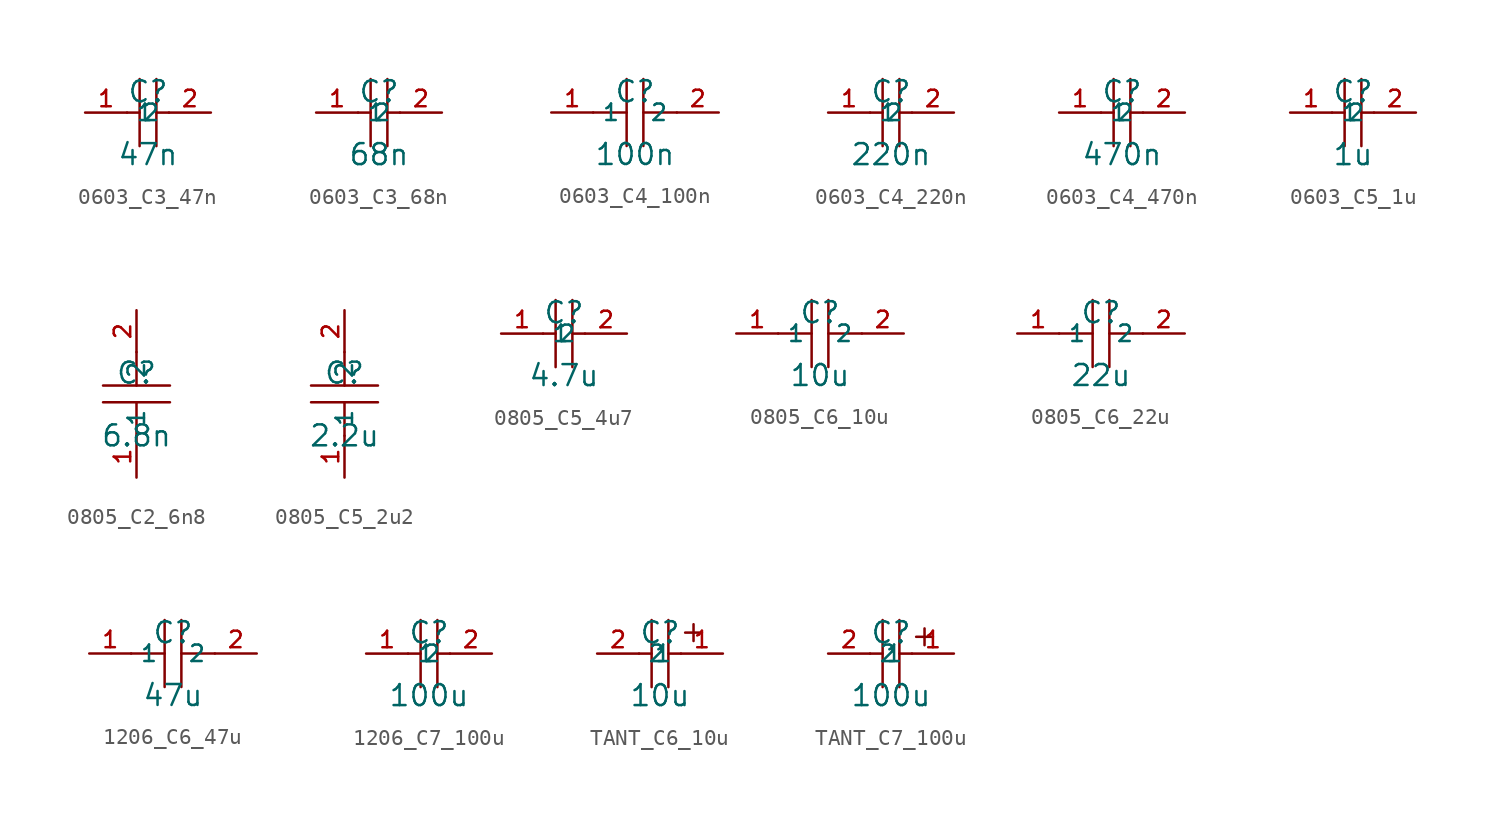
<source format=kicad_sym>
(kicad_symbol_lib
  (version 20241209)
  (generator "kicad_symbol_editor")
  (generator_version "9.0")
  (symbol "0603_C3_47n"
    (property "Reference" "C"
      (at 0 1.27 0)
      (effects (font (size 1.27 1.27))))
    (property "Value" "47n"
      (at 0 -2.54 0)
      (effects (font (size 1.27 1.27))))
    (symbol "0603_C3_47n_0_1"
      (polyline (pts (xy -1.27 0) (xy -0.508 0)) (stroke (width 0) (type default)) (fill (type none)))
      (polyline (pts (xy -0.508 2.032) (xy -0.508 -2.032)) (stroke (width 0) (type default)) (fill (type none)))
      (polyline (pts (xy 0.508 2.032) (xy 0.508 -2.032)) (stroke (width 0) (type default)) (fill (type none)))
      (polyline (pts (xy 0.508 0) (xy 1.27 0)) (stroke (width 0) (type default)) (fill (type none)))
      (pin passive line (at -3.81 0 0) (length 2.54) (name "1" (effects (font (size 1 1)))) (number "1" (effects (font (size 1 1)))))
      (pin passive line (at 3.81 0 180) (length 2.54) (name "2" (effects (font (size 1 1)))) (number "2" (effects (font (size 1 1)))))))
  (symbol "0603_C3_68n"
    (property "Reference" "C"
      (at 0 1.27 0)
      (effects (font (size 1.27 1.27))))
    (property "Value" "68n"
      (at 0 -2.54 0)
      (effects (font (size 1.27 1.27))))
    (symbol "0603_C3_68n_0_1"
      (polyline (pts (xy -1.27 0) (xy -0.508 0)) (stroke (width 0) (type default)) (fill (type none)))
      (polyline (pts (xy -0.508 2.032) (xy -0.508 -2.032)) (stroke (width 0) (type default)) (fill (type none)))
      (polyline (pts (xy 0.508 2.032) (xy 0.508 -2.032)) (stroke (width 0) (type default)) (fill (type none)))
      (polyline (pts (xy 0.508 0) (xy 1.27 0)) (stroke (width 0) (type default)) (fill (type none)))
      (pin input line (at -3.81 0 0) (length 2.54) (name "1" (effects (font (size 1 1)))) (number "1" (effects (font (size 1 1)))))
      (pin input line (at 3.81 0 180) (length 2.54) (name "2" (effects (font (size 1 1)))) (number "2" (effects (font (size 1 1)))))))
  (symbol "0603_C4_100n"
    (property "Reference" "C"
      (at 0 1.27 0)
      (effects (font (size 1.27 1.27))))
    (property "Value" "100n"
      (at 0 -2.54 0)
      (effects (font (size 1.27 1.27))))
    (symbol "0603_C4_100n_0_1"
      (polyline (pts (xy -0.508 0) (xy -2.54 0)) (stroke (width 0) (type default)) (fill (type none)))
      (polyline (pts (xy -0.508 -2.032) (xy -0.508 2.032)) (stroke (width 0) (type default)) (fill (type none)))
      (polyline (pts (xy 0.508 2.032) (xy 0.508 -2.032)) (stroke (width 0) (type default)) (fill (type none)))
      (polyline (pts (xy 2.54 0) (xy 0.508 0)) (stroke (width 0) (type default)) (fill (type none)))
      (pin unspecified line (at -5.08 0 0) (length 2.54) (name "1" (effects (font (size 1 1)))) (number "1" (effects (font (size 1 1)))))
      (pin unspecified line (at 5.08 0 180) (length 2.54) (name "2" (effects (font (size 1 1)))) (number "2" (effects (font (size 1 1)))))))
  (symbol "0603_C4_220n"
    (property "Reference" "C"
      (at 0 1.27 0)
      (effects (font (size 1.27 1.27))))
    (property "Value" "220n"
      (at 0 -2.54 0)
      (effects (font (size 1.27 1.27))))
    (symbol "0603_C4_220n_0_1"
      (polyline (pts (xy -1.27 0) (xy -0.508 0)) (stroke (width 0) (type default)) (fill (type none)))
      (polyline (pts (xy -0.508 2.032) (xy -0.508 -2.032)) (stroke (width 0) (type default)) (fill (type none)))
      (polyline (pts (xy 0.508 2.032) (xy 0.508 -2.032)) (stroke (width 0) (type default)) (fill (type none)))
      (polyline (pts (xy 0.508 0) (xy 1.27 0)) (stroke (width 0) (type default)) (fill (type none)))
      (pin passive line (at -3.81 0 0) (length 2.54) (name "1" (effects (font (size 1 1)))) (number "1" (effects (font (size 1 1)))))
      (pin passive line (at 3.81 0 180) (length 2.54) (name "2" (effects (font (size 1 1)))) (number "2" (effects (font (size 1 1)))))))
  (symbol "0603_C4_470n"
    (property "Reference" "C"
      (at 0 1.27 0)
      (effects (font (size 1.27 1.27))))
    (property "Value" "470n"
      (at 0 -2.54 0)
      (effects (font (size 1.27 1.27))))
    (symbol "0603_C4_470n_0_1"
      (polyline (pts (xy -1.27 0) (xy -0.508 0)) (stroke (width 0) (type default)) (fill (type none)))
      (polyline (pts (xy -0.508 2.032) (xy -0.508 -2.032)) (stroke (width 0) (type default)) (fill (type none)))
      (polyline (pts (xy 0.508 2.032) (xy 0.508 -2.032)) (stroke (width 0) (type default)) (fill (type none)))
      (polyline (pts (xy 0.508 0) (xy 1.27 0)) (stroke (width 0) (type default)) (fill (type none)))
      (pin passive line (at -3.81 0 0) (length 2.54) (name "1" (effects (font (size 1 1)))) (number "1" (effects (font (size 1 1)))))
      (pin passive line (at 3.81 0 180) (length 2.54) (name "2" (effects (font (size 1 1)))) (number "2" (effects (font (size 1 1)))))))
  (symbol "0603_C5_1u"
    (property "Reference" "C"
      (at 0 1.27 0)
      (effects (font (size 1.27 1.27))))
    (property "Value" "1u"
      (at 0 -2.54 0)
      (effects (font (size 1.27 1.27))))
    (symbol "0603_C5_1u_0_1"
      (polyline (pts (xy -1.27 0) (xy -0.508 0)) (stroke (width 0) (type default)) (fill (type none)))
      (polyline (pts (xy -0.508 2.032) (xy -0.508 -2.032)) (stroke (width 0) (type default)) (fill (type none)))
      (polyline (pts (xy 0.508 2.032) (xy 0.508 -2.032)) (stroke (width 0) (type default)) (fill (type none)))
      (polyline (pts (xy 0.508 0) (xy 1.27 0)) (stroke (width 0) (type default)) (fill (type none)))
      (pin passive line (at -3.81 0 0) (length 2.54) (name "1" (effects (font (size 1 1)))) (number "1" (effects (font (size 1 1)))))
      (pin passive line (at 3.81 0 180) (length 2.54) (name "2" (effects (font (size 1 1)))) (number "2" (effects (font (size 1 1)))))))
  (symbol "0805_C2_6n8"
    (property "Reference" "C"
      (at 0 1.27 0)
      (effects (font (size 1.27 1.27))))
    (property "Value" "6.8n"
      (at 0 -2.54 0)
      (effects (font (size 1.27 1.27))))
    (symbol "0805_C2_6n8_0_1"
      (polyline (pts (xy -2.032 0.508) (xy 2.032 0.508)) (stroke (width 0) (type default)) (fill (type none)))
      (polyline (pts (xy 0 2.54) (xy 0 0.508)) (stroke (width 0) (type default)) (fill (type none)))
      (polyline (pts (xy 0 -0.508) (xy 0 -2.54)) (stroke (width 0) (type default)) (fill (type none)))
      (polyline (pts (xy 2.032 -0.508) (xy -2.032 -0.508)) (stroke (width 0) (type default)) (fill (type none)))
      (pin passive line (at 0 5.08 270) (length 2.54) (name "2" (effects (font (size 1 1)))) (number "2" (effects (font (size 1 1)))))
      (pin passive line (at 0 -5.08 90) (length 2.54) (name "1" (effects (font (size 1 1)))) (number "1" (effects (font (size 1 1)))))))
  (symbol "0805_C5_2u2"
    (property "Reference" "C"
      (at 0 1.27 0)
      (effects (font (size 1.27 1.27))))
    (property "Value" "2.2u"
      (at 0 -2.54 0)
      (effects (font (size 1.27 1.27))))
    (symbol "0805_C5_2u2_0_1"
      (polyline (pts (xy -2.032 0.508) (xy 2.032 0.508)) (stroke (width 0) (type default)) (fill (type none)))
      (polyline (pts (xy 0 2.54) (xy 0 0.508)) (stroke (width 0) (type default)) (fill (type none)))
      (polyline (pts (xy 0 -0.508) (xy 0 -2.54)) (stroke (width 0) (type default)) (fill (type none)))
      (polyline (pts (xy 2.032 -0.508) (xy -2.032 -0.508)) (stroke (width 0) (type default)) (fill (type none)))
      (pin passive line (at 0 5.08 270) (length 2.54) (name "2" (effects (font (size 1 1)))) (number "2" (effects (font (size 1 1)))))
      (pin passive line (at 0 -5.08 90) (length 2.54) (name "1" (effects (font (size 1 1)))) (number "1" (effects (font (size 1 1)))))))
  (symbol "0805_C5_4u7"
    (property "Reference" "C"
      (at 0 1.27 0)
      (effects (font (size 1.27 1.27))))
    (property "Value" "4.7u"
      (at 0 -2.54 0)
      (effects (font (size 1.27 1.27))))
    (symbol "0805_C5_4u7_0_1"
      (polyline (pts (xy -1.27 0) (xy -0.508 0)) (stroke (width 0) (type default)) (fill (type none)))
      (polyline (pts (xy -0.508 2.032) (xy -0.508 -2.032)) (stroke (width 0) (type default)) (fill (type none)))
      (polyline (pts (xy 0.508 2.032) (xy 0.508 -2.032)) (stroke (width 0) (type default)) (fill (type none)))
      (polyline (pts (xy 0.508 0) (xy 1.27 0)) (stroke (width 0) (type default)) (fill (type none)))
      (pin passive line (at -3.81 0 0) (length 2.54) (name "1" (effects (font (size 1 1)))) (number "1" (effects (font (size 1 1)))))
      (pin passive line (at 3.81 0 180) (length 2.54) (name "2" (effects (font (size 1 1)))) (number "2" (effects (font (size 1 1)))))))
  (symbol "0805_C6_10u"
    (property "Reference" "C"
      (at 0 1.27 0)
      (effects (font (size 1.27 1.27))))
    (property "Value" "10u"
      (at 0 -2.54 0)
      (effects (font (size 1.27 1.27))))
    (symbol "0805_C6_10u_0_1"
      (polyline (pts (xy -0.508 0) (xy -2.54 0)) (stroke (width 0) (type default)) (fill (type none)))
      (polyline (pts (xy -0.508 -2.032) (xy -0.508 2.032)) (stroke (width 0) (type default)) (fill (type none)))
      (polyline (pts (xy 0.508 2.032) (xy 0.508 -2.032)) (stroke (width 0) (type default)) (fill (type none)))
      (polyline (pts (xy 2.54 0) (xy 0.508 0)) (stroke (width 0) (type default)) (fill (type none)))
      (pin passive line (at -5.08 0 0) (length 2.54) (name "1" (effects (font (size 1 1)))) (number "1" (effects (font (size 1 1)))))
      (pin passive line (at 5.08 0 180) (length 2.54) (name "2" (effects (font (size 1 1)))) (number "2" (effects (font (size 1 1)))))))
  (symbol "0805_C6_22u"
    (property "Reference" "C"
      (at 0 1.27 0)
      (effects (font (size 1.27 1.27))))
    (property "Value" "22u"
      (at 0 -2.54 0)
      (effects (font (size 1.27 1.27))))
    (symbol "0805_C6_22u_0_1"
      (polyline (pts (xy -0.508 0) (xy -2.54 0)) (stroke (width 0) (type default)) (fill (type none)))
      (polyline (pts (xy -0.508 -2.032) (xy -0.508 2.032)) (stroke (width 0) (type default)) (fill (type none)))
      (polyline (pts (xy 0.508 2.032) (xy 0.508 -2.032)) (stroke (width 0) (type default)) (fill (type none)))
      (polyline (pts (xy 2.54 0) (xy 0.508 0)) (stroke (width 0) (type default)) (fill (type none)))
      (pin passive line (at -5.08 0 0) (length 2.54) (name "1" (effects (font (size 1 1)))) (number "1" (effects (font (size 1 1)))))
      (pin passive line (at 5.08 0 180) (length 2.54) (name "2" (effects (font (size 1 1)))) (number "2" (effects (font (size 1 1)))))))
  (symbol "1206_C6_47u"
    (property "Reference" "C"
      (at 0 1.27 0)
      (effects (font (size 1.27 1.27))))
    (property "Value" "47u"
      (at 0 -2.54 0)
      (effects (font (size 1.27 1.27))))
    (symbol "1206_C6_47u_0_1"
      (polyline (pts (xy -0.508 0) (xy -2.54 0)) (stroke (width 0) (type default)) (fill (type none)))
      (polyline (pts (xy -0.508 -2.032) (xy -0.508 2.032)) (stroke (width 0) (type default)) (fill (type none)))
      (polyline (pts (xy 0.508 2.032) (xy 0.508 -2.032)) (stroke (width 0) (type default)) (fill (type none)))
      (polyline (pts (xy 2.54 0) (xy 0.508 0)) (stroke (width 0) (type default)) (fill (type none)))
      (pin passive line (at -5.08 0 0) (length 2.54) (name "1" (effects (font (size 1 1)))) (number "1" (effects (font (size 1 1)))))
      (pin passive line (at 5.08 0 180) (length 2.54) (name "2" (effects (font (size 1 1)))) (number "2" (effects (font (size 1 1)))))))
  (symbol "1206_C7_100u"
    (property "Reference" "C"
      (at 0 1.27 0)
      (effects (font (size 1.27 1.27))))
    (property "Value" "100u"
      (at 0 -2.54 0)
      (effects (font (size 1.27 1.27))))
    (symbol "1206_C7_100u_0_1"
      (polyline (pts (xy -1.27 0) (xy -0.508 0)) (stroke (width 0) (type default)) (fill (type none)))
      (polyline (pts (xy -0.508 2.032) (xy -0.508 -2.032)) (stroke (width 0) (type default)) (fill (type none)))
      (polyline (pts (xy 0.508 2.032) (xy 0.508 -2.032)) (stroke (width 0) (type default)) (fill (type none)))
      (polyline (pts (xy 0.508 0) (xy 1.27 0)) (stroke (width 0) (type default)) (fill (type none)))
      (pin input line (at -3.81 0 0) (length 2.54) (name "1" (effects (font (size 1 1)))) (number "1" (effects (font (size 1 1)))))
      (pin input line (at 3.81 0 180) (length 2.54) (name "2" (effects (font (size 1 1)))) (number "2" (effects (font (size 1 1)))))))
  (symbol "TANT_C6_10u"
    (property "Reference" "C"
      (at 0 1.27 0)
      (effects (font (size 1.27 1.27))))
    (property "Value" "10u"
      (at 0 -2.54 0)
      (effects (font (size 1.27 1.27))))
    (symbol "TANT_C6_10u_0_1"
      (polyline (pts (xy -0.508 0) (xy -1.27 0)) (stroke (width 0) (type default)) (fill (type none)))
      (polyline (pts (xy -0.508 -2.032) (xy -0.508 2.032)) (stroke (width 0) (type default)) (fill (type none)))
      (polyline (pts (xy 0.508 -2.032) (xy 0.508 2.032)) (stroke (width 0) (type default)) (fill (type none)))
      (polyline (pts (xy 1.27 0) (xy 0.508 0)) (stroke (width 0) (type default)) (fill (type none)))
      (polyline (pts (xy 1.524 1.27) (xy 2.54 1.27)) (stroke (width 0) (type default)) (fill (type none)))
      (polyline (pts (xy 2.032 1.778) (xy 2.032 0.762)) (stroke (width 0) (type default)) (fill (type none)))
      (pin passive line (at -3.81 0 0) (length 2.54) (name "2" (effects (font (size 1 1)))) (number "2" (effects (font (size 1 1)))))
      (pin passive line (at 3.81 0 180) (length 2.54) (name "1" (effects (font (size 1 1)))) (number "1" (effects (font (size 1 1)))))))
  (symbol "TANT_C7_100u"
    (property "Reference" "C"
      (at 0 1.27 0)
      (effects (font (size 1.27 1.27))))
    (property "Value" "100u"
      (at 0 -2.54 0)
      (effects (font (size 1.27 1.27))))
    (symbol "TANT_C7_100u_0_1"
      (polyline (pts (xy -0.508 2.032) (xy -0.508 -2.032)) (stroke (width 0) (type default)) (fill (type none)))
      (polyline (pts (xy -0.508 0) (xy -1.27 0)) (stroke (width 0) (type default)) (fill (type none)))
      (polyline (pts (xy 0.508 2.032) (xy 0.508 -2.032)) (stroke (width 0) (type default)) (fill (type none)))
      (polyline (pts (xy 1.27 0) (xy 0.508 0)) (stroke (width 0) (type default)) (fill (type none)))
      (polyline (pts (xy 2.032 1.524) (xy 2.032 0.508)) (stroke (width 0) (type default)) (fill (type none)))
      (polyline (pts (xy 2.54 1.016) (xy 1.524 1.016)) (stroke (width 0) (type default)) (fill (type none)))
      (pin input line (at -3.81 0 0) (length 2.54) (name "2" (effects (font (size 1 1)))) (number "2" (effects (font (size 1 1)))))
      (pin input line (at 3.81 0 180) (length 2.54) (name "1" (effects (font (size 1 1)))) (number "1" (effects (font (size 1 1))))))))
</source>
